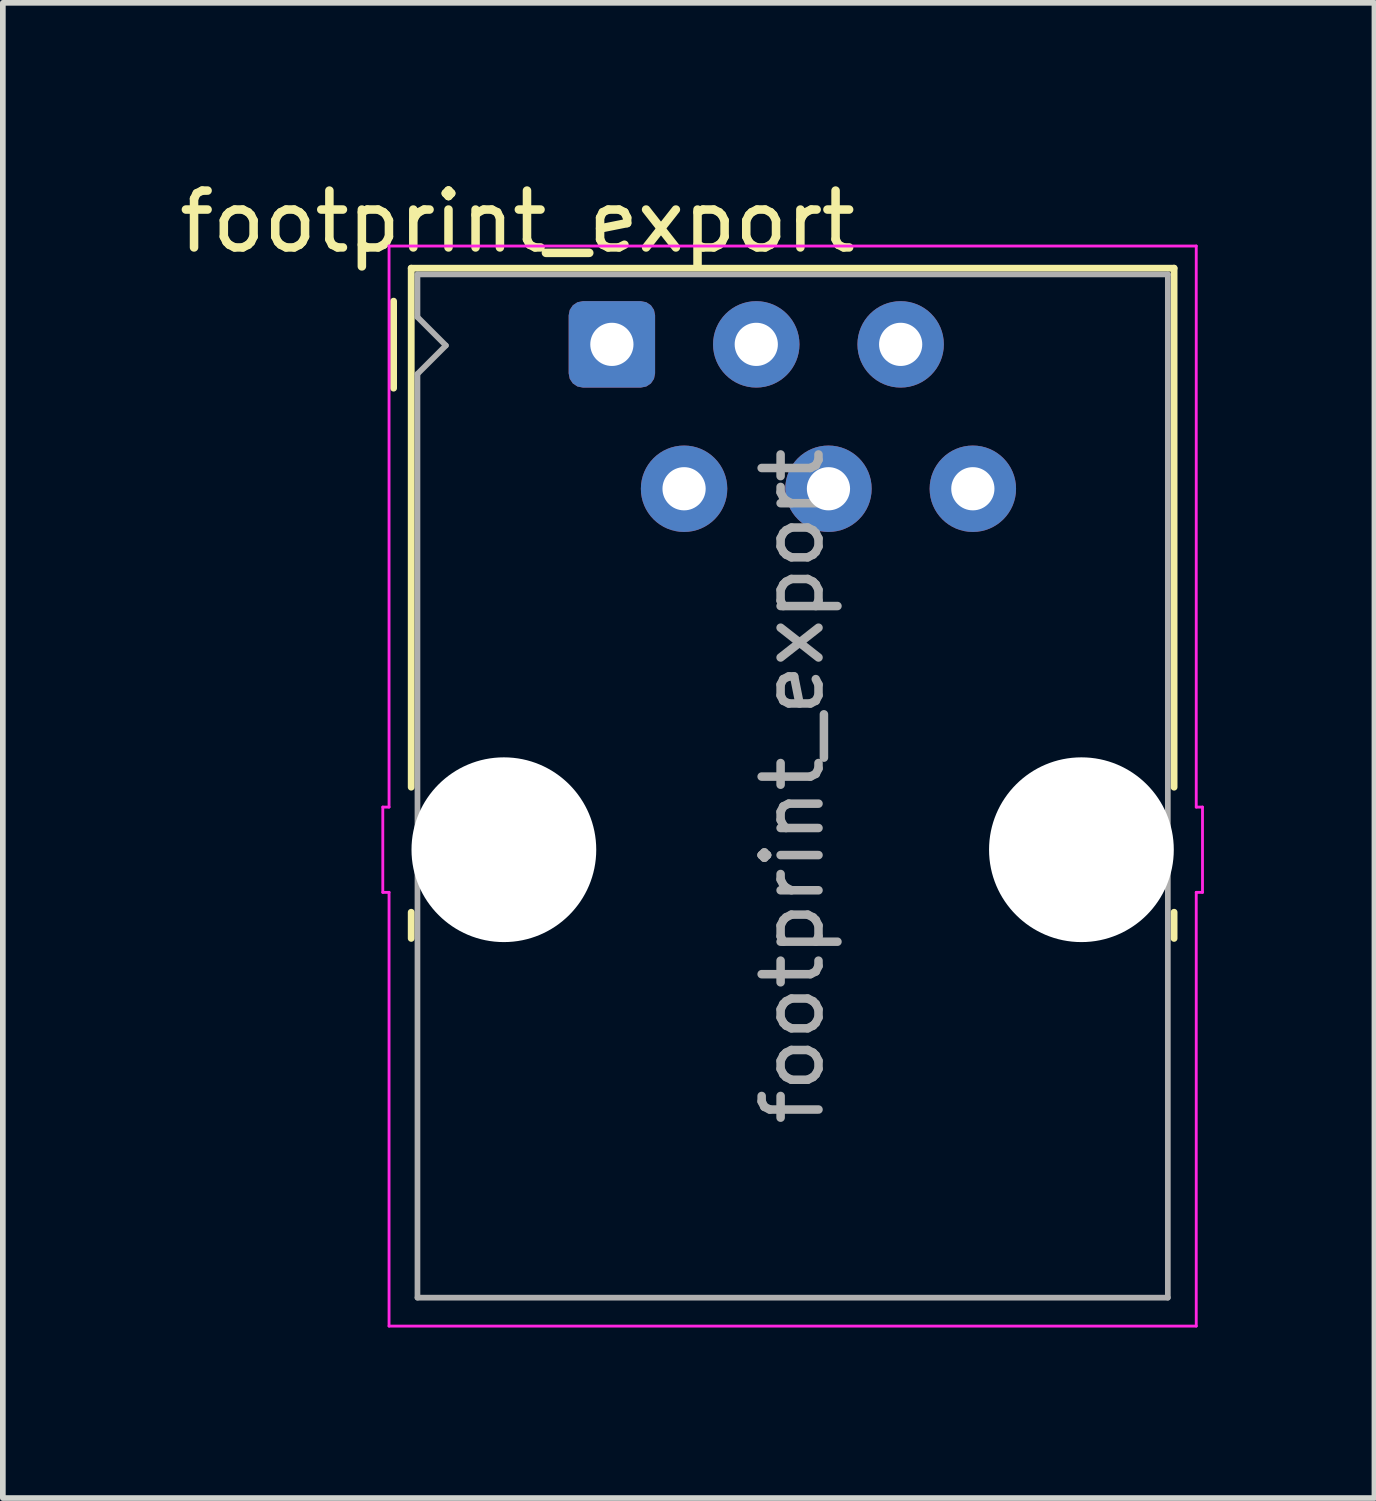
<source format=kicad_pcb>
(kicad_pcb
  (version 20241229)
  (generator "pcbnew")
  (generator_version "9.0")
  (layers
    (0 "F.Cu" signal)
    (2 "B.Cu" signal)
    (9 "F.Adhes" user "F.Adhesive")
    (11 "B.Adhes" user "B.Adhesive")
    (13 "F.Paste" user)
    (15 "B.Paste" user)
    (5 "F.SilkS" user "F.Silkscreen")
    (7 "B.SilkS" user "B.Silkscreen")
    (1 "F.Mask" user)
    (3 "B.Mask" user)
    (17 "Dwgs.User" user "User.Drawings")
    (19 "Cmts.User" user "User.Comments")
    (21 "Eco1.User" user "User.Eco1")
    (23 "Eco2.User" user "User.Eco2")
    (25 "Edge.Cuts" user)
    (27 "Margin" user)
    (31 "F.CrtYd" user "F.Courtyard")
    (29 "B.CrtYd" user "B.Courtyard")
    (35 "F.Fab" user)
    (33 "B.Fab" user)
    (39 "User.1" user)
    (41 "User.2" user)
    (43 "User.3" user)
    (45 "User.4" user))
  (footprint "footprint_export"
    (layer "F.Cu")
    (at 7.714 3.008)
    (property "Reference" "footprint_export" (at -1.66 -2.16 0) (layer "F.SilkS") (effects (font (size 1 1) (thickness 0.15))))
    (attr through_hole)
    (fp_line (start -3.84 0.77) (end -3.84 -0.76) (stroke (width 0.12) (type solid)) (layer "F.SilkS"))
    (fp_line (start -3.53 -1.34) (end 9.89 -1.34) (stroke (width 0.12) (type solid)) (layer "F.SilkS"))
    (fp_line (start -3.53 7.79) (end -3.53 -1.34) (stroke (width 0.12) (type solid)) (layer "F.SilkS"))
    (fp_line (start -3.53 10.45) (end -3.53 9.99) (stroke (width 0.12) (type solid)) (layer "F.SilkS"))
    (fp_line (start 9.89 -1.34) (end 9.89 7.79) (stroke (width 0.12) (type solid)) (layer "F.SilkS"))
    (fp_line (start 9.89 10.45) (end 9.89 9.99) (stroke (width 0.12) (type solid)) (layer "F.SilkS"))
    (fp_line (start -4.03 8.14) (end -4.03 9.64) (stroke (width 0.05) (type default)) (layer "F.CrtYd"))
    (fp_line (start -4.03 8.14) (end -3.92 8.14) (stroke (width 0.05) (type default)) (layer "F.CrtYd"))
    (fp_line (start -4.03 9.64) (end -3.92 9.64) (stroke (width 0.05) (type default)) (layer "F.CrtYd"))
    (fp_line (start -3.92 -1.73) (end -3.92 8.14) (stroke (width 0.05) (type solid)) (layer "F.CrtYd"))
    (fp_line (start -3.92 -1.73) (end 10.28 -1.73) (stroke (width 0.05) (type solid)) (layer "F.CrtYd"))
    (fp_line (start -3.92 9.64) (end -3.92 17.27) (stroke (width 0.05) (type solid)) (layer "F.CrtYd"))
    (fp_line (start 10.28 -1.73) (end 10.28 8.14) (stroke (width 0.05) (type solid)) (layer "F.CrtYd"))
    (fp_line (start 10.28 9.64) (end 10.28 17.27) (stroke (width 0.05) (type solid)) (layer "F.CrtYd"))
    (fp_line (start 10.28 17.27) (end -3.92 17.27) (stroke (width 0.05) (type solid)) (layer "F.CrtYd"))
    (fp_line (start 10.39 8.14) (end 10.28 8.14) (stroke (width 0.05) (type default)) (layer "F.CrtYd"))
    (fp_line (start 10.39 8.14) (end 10.39 9.64) (stroke (width 0.05) (type default)) (layer "F.CrtYd"))
    (fp_line (start 10.39 9.64) (end 10.28 9.64) (stroke (width 0.05) (type default)) (layer "F.CrtYd"))
    (fp_line (start -3.42 -1.23) (end 9.78 -1.23) (stroke (width 0.1) (type solid)) (layer "F.Fab"))
    (fp_line (start -3.42 -0.48) (end -3.42 -1.23) (stroke (width 0.1) (type solid)) (layer "F.Fab"))
    (fp_line (start -3.42 0.52) (end -2.92 0.02) (stroke (width 0.1) (type solid)) (layer "F.Fab"))
    (fp_line (start -3.42 16.77) (end -3.42 0.52) (stroke (width 0.1) (type solid)) (layer "F.Fab"))
    (fp_line (start -2.92 0.02) (end -3.42 -0.48) (stroke (width 0.1) (type solid)) (layer "F.Fab"))
    (fp_line (start 9.78 -1.23) (end 9.78 16.77) (stroke (width 0.1) (type solid)) (layer "F.Fab"))
    (fp_line (start 9.78 16.77) (end -3.42 16.77) (stroke (width 0.1) (type solid)) (layer "F.Fab"))
    (fp_text user "${REFERENCE}" (at 3.18 7.77 90) (layer "F.Fab") (effects (font (size 1 1) (thickness 0.15))))
    (pad "" np_thru_hole circle (at -1.9 8.89) (size 3.25 3.25) (drill 3.25) (layers "*.Cu" "*.Mask"))
    (pad "" np_thru_hole circle (at 8.26 8.89) (size 3.25 3.25) (drill 3.25) (layers "*.Cu" "*.Mask"))
    (pad "1" thru_hole roundrect (at 0 0) (size 1.52 1.52) (drill 0.76) (layers "*.Cu" "*.Mask") (roundrect_rratio 0.164))
    (pad "2" thru_hole circle (at 1.27 2.54) (size 1.52 1.52) (drill 0.76) (layers "*.Cu" "*.Mask"))
    (pad "3" thru_hole circle (at 2.54 0) (size 1.52 1.52) (drill 0.76) (layers "*.Cu" "*.Mask"))
    (pad "4" thru_hole circle (at 3.81 2.54) (size 1.52 1.52) (drill 0.76) (layers "*.Cu" "*.Mask"))
    (pad "5" thru_hole circle (at 5.08 0) (size 1.52 1.52) (drill 0.76) (layers "*.Cu" "*.Mask"))
    (pad "6" thru_hole circle (at 6.35 2.54) (size 1.52 1.52) (drill 0.76) (layers "*.Cu" "*.Mask")))
  (gr_rect
    (start -3 -3)
    (end 21.129 23.303)
    (stroke (width 0.1) (type default))
    (fill no)
    (layer "Edge.Cuts")))
</source>
